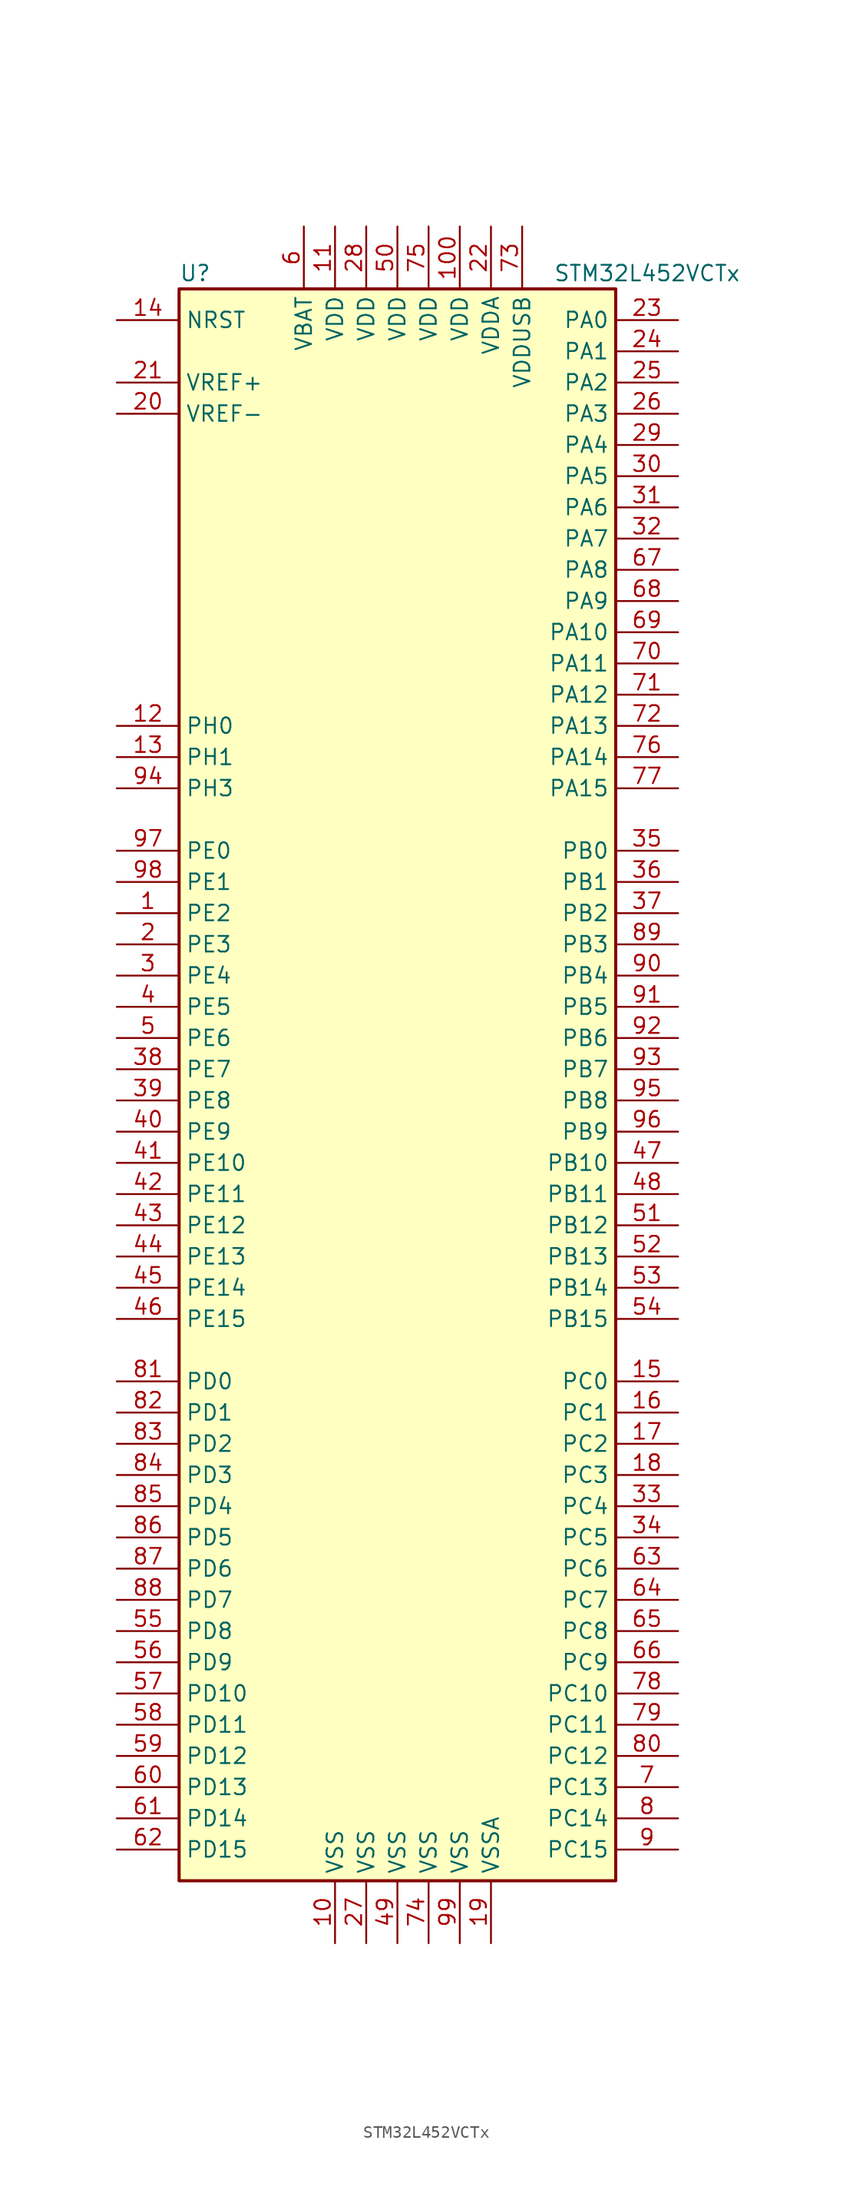
<source format=kicad_sym>
(kicad_symbol_lib
  (version 20220914)
  (generator kicad_symbol_editor)
  (symbol "STM32L452VCTx"
    (property "Reference" "U"
      (at -17.78 64.77 0)
      (effects (font (size 1.27 1.27)) (justify left)))
    (property "Value" "STM32L452VCTx"
      (at 12.7 64.77 0)
      (effects (font (size 1.27 1.27)) (justify left)))
    (symbol "STM32L452VCTx_0_1"
      (rectangle (start -17.78 -66.04) (end 17.78 63.5) (stroke (width 0.254) (type default)) (fill (type background))))
    (symbol "STM32L452VCTx_1_1"
      (pin bidirectional line (at -22.86 12.7 0) (length 5.08) (name "PE2" (effects (font (size 1.27 1.27)))) (number "1" (effects (font (size 1.27 1.27)))))
      (pin power_in line (at -5.08 -71.12 90) (length 5.08) (name "VSS" (effects (font (size 1.27 1.27)))) (number "10" (effects (font (size 1.27 1.27)))))
      (pin power_in line (at 5.08 68.58 270) (length 5.08) (name "VDD" (effects (font (size 1.27 1.27)))) (number "100" (effects (font (size 1.27 1.27)))))
      (pin power_in line (at -5.08 68.58 270) (length 5.08) (name "VDD" (effects (font (size 1.27 1.27)))) (number "11" (effects (font (size 1.27 1.27)))))
      (pin input line (at -22.86 27.94 0) (length 5.08) (name "PH0" (effects (font (size 1.27 1.27)))) (number "12" (effects (font (size 1.27 1.27)))))
      (pin input line (at -22.86 25.4 0) (length 5.08) (name "PH1" (effects (font (size 1.27 1.27)))) (number "13" (effects (font (size 1.27 1.27)))))
      (pin input line (at -22.86 60.96 0) (length 5.08) (name "NRST" (effects (font (size 1.27 1.27)))) (number "14" (effects (font (size 1.27 1.27)))))
      (pin bidirectional line (at 22.86 -25.4 180) (length 5.08) (name "PC0" (effects (font (size 1.27 1.27)))) (number "15" (effects (font (size 1.27 1.27)))))
      (pin bidirectional line (at 22.86 -27.94 180) (length 5.08) (name "PC1" (effects (font (size 1.27 1.27)))) (number "16" (effects (font (size 1.27 1.27)))))
      (pin bidirectional line (at 22.86 -30.48 180) (length 5.08) (name "PC2" (effects (font (size 1.27 1.27)))) (number "17" (effects (font (size 1.27 1.27)))))
      (pin bidirectional line (at 22.86 -33.02 180) (length 5.08) (name "PC3" (effects (font (size 1.27 1.27)))) (number "18" (effects (font (size 1.27 1.27)))))
      (pin power_in line (at 7.62 -71.12 90) (length 5.08) (name "VSSA" (effects (font (size 1.27 1.27)))) (number "19" (effects (font (size 1.27 1.27)))))
      (pin bidirectional line (at -22.86 10.16 0) (length 5.08) (name "PE3" (effects (font (size 1.27 1.27)))) (number "2" (effects (font (size 1.27 1.27)))))
      (pin power_in line (at -22.86 53.34 0) (length 5.08) (name "VREF-" (effects (font (size 1.27 1.27)))) (number "20" (effects (font (size 1.27 1.27)))))
      (pin bidirectional line (at -22.86 55.88 0) (length 5.08) (name "VREF+" (effects (font (size 1.27 1.27)))) (number "21" (effects (font (size 1.27 1.27)))))
      (pin power_in line (at 7.62 68.58 270) (length 5.08) (name "VDDA" (effects (font (size 1.27 1.27)))) (number "22" (effects (font (size 1.27 1.27)))))
      (pin bidirectional line (at 22.86 60.96 180) (length 5.08) (name "PA0" (effects (font (size 1.27 1.27)))) (number "23" (effects (font (size 1.27 1.27)))))
      (pin bidirectional line (at 22.86 58.42 180) (length 5.08) (name "PA1" (effects (font (size 1.27 1.27)))) (number "24" (effects (font (size 1.27 1.27)))))
      (pin bidirectional line (at 22.86 55.88 180) (length 5.08) (name "PA2" (effects (font (size 1.27 1.27)))) (number "25" (effects (font (size 1.27 1.27)))))
      (pin bidirectional line (at 22.86 53.34 180) (length 5.08) (name "PA3" (effects (font (size 1.27 1.27)))) (number "26" (effects (font (size 1.27 1.27)))))
      (pin power_in line (at -2.54 -71.12 90) (length 5.08) (name "VSS" (effects (font (size 1.27 1.27)))) (number "27" (effects (font (size 1.27 1.27)))))
      (pin power_in line (at -2.54 68.58 270) (length 5.08) (name "VDD" (effects (font (size 1.27 1.27)))) (number "28" (effects (font (size 1.27 1.27)))))
      (pin bidirectional line (at 22.86 50.8 180) (length 5.08) (name "PA4" (effects (font (size 1.27 1.27)))) (number "29" (effects (font (size 1.27 1.27)))))
      (pin bidirectional line (at -22.86 7.62 0) (length 5.08) (name "PE4" (effects (font (size 1.27 1.27)))) (number "3" (effects (font (size 1.27 1.27)))))
      (pin bidirectional line (at 22.86 48.26 180) (length 5.08) (name "PA5" (effects (font (size 1.27 1.27)))) (number "30" (effects (font (size 1.27 1.27)))))
      (pin bidirectional line (at 22.86 45.72 180) (length 5.08) (name "PA6" (effects (font (size 1.27 1.27)))) (number "31" (effects (font (size 1.27 1.27)))))
      (pin bidirectional line (at 22.86 43.18 180) (length 5.08) (name "PA7" (effects (font (size 1.27 1.27)))) (number "32" (effects (font (size 1.27 1.27)))))
      (pin bidirectional line (at 22.86 -35.56 180) (length 5.08) (name "PC4" (effects (font (size 1.27 1.27)))) (number "33" (effects (font (size 1.27 1.27)))))
      (pin bidirectional line (at 22.86 -38.1 180) (length 5.08) (name "PC5" (effects (font (size 1.27 1.27)))) (number "34" (effects (font (size 1.27 1.27)))))
      (pin bidirectional line (at 22.86 17.78 180) (length 5.08) (name "PB0" (effects (font (size 1.27 1.27)))) (number "35" (effects (font (size 1.27 1.27)))))
      (pin bidirectional line (at 22.86 15.24 180) (length 5.08) (name "PB1" (effects (font (size 1.27 1.27)))) (number "36" (effects (font (size 1.27 1.27)))))
      (pin bidirectional line (at 22.86 12.7 180) (length 5.08) (name "PB2" (effects (font (size 1.27 1.27)))) (number "37" (effects (font (size 1.27 1.27)))))
      (pin bidirectional line (at -22.86 0 0) (length 5.08) (name "PE7" (effects (font (size 1.27 1.27)))) (number "38" (effects (font (size 1.27 1.27)))))
      (pin bidirectional line (at -22.86 -2.54 0) (length 5.08) (name "PE8" (effects (font (size 1.27 1.27)))) (number "39" (effects (font (size 1.27 1.27)))))
      (pin bidirectional line (at -22.86 5.08 0) (length 5.08) (name "PE5" (effects (font (size 1.27 1.27)))) (number "4" (effects (font (size 1.27 1.27)))))
      (pin bidirectional line (at -22.86 -5.08 0) (length 5.08) (name "PE9" (effects (font (size 1.27 1.27)))) (number "40" (effects (font (size 1.27 1.27)))))
      (pin bidirectional line (at -22.86 -7.62 0) (length 5.08) (name "PE10" (effects (font (size 1.27 1.27)))) (number "41" (effects (font (size 1.27 1.27)))))
      (pin bidirectional line (at -22.86 -10.16 0) (length 5.08) (name "PE11" (effects (font (size 1.27 1.27)))) (number "42" (effects (font (size 1.27 1.27)))))
      (pin bidirectional line (at -22.86 -12.7 0) (length 5.08) (name "PE12" (effects (font (size 1.27 1.27)))) (number "43" (effects (font (size 1.27 1.27)))))
      (pin bidirectional line (at -22.86 -15.24 0) (length 5.08) (name "PE13" (effects (font (size 1.27 1.27)))) (number "44" (effects (font (size 1.27 1.27)))))
      (pin bidirectional line (at -22.86 -17.78 0) (length 5.08) (name "PE14" (effects (font (size 1.27 1.27)))) (number "45" (effects (font (size 1.27 1.27)))))
      (pin bidirectional line (at -22.86 -20.32 0) (length 5.08) (name "PE15" (effects (font (size 1.27 1.27)))) (number "46" (effects (font (size 1.27 1.27)))))
      (pin bidirectional line (at 22.86 -7.62 180) (length 5.08) (name "PB10" (effects (font (size 1.27 1.27)))) (number "47" (effects (font (size 1.27 1.27)))))
      (pin bidirectional line (at 22.86 -10.16 180) (length 5.08) (name "PB11" (effects (font (size 1.27 1.27)))) (number "48" (effects (font (size 1.27 1.27)))))
      (pin power_in line (at 0 -71.12 90) (length 5.08) (name "VSS" (effects (font (size 1.27 1.27)))) (number "49" (effects (font (size 1.27 1.27)))))
      (pin bidirectional line (at -22.86 2.54 0) (length 5.08) (name "PE6" (effects (font (size 1.27 1.27)))) (number "5" (effects (font (size 1.27 1.27)))))
      (pin power_in line (at 0 68.58 270) (length 5.08) (name "VDD" (effects (font (size 1.27 1.27)))) (number "50" (effects (font (size 1.27 1.27)))))
      (pin bidirectional line (at 22.86 -12.7 180) (length 5.08) (name "PB12" (effects (font (size 1.27 1.27)))) (number "51" (effects (font (size 1.27 1.27)))))
      (pin bidirectional line (at 22.86 -15.24 180) (length 5.08) (name "PB13" (effects (font (size 1.27 1.27)))) (number "52" (effects (font (size 1.27 1.27)))))
      (pin bidirectional line (at 22.86 -17.78 180) (length 5.08) (name "PB14" (effects (font (size 1.27 1.27)))) (number "53" (effects (font (size 1.27 1.27)))))
      (pin bidirectional line (at 22.86 -20.32 180) (length 5.08) (name "PB15" (effects (font (size 1.27 1.27)))) (number "54" (effects (font (size 1.27 1.27)))))
      (pin bidirectional line (at -22.86 -45.72 0) (length 5.08) (name "PD8" (effects (font (size 1.27 1.27)))) (number "55" (effects (font (size 1.27 1.27)))))
      (pin bidirectional line (at -22.86 -48.26 0) (length 5.08) (name "PD9" (effects (font (size 1.27 1.27)))) (number "56" (effects (font (size 1.27 1.27)))))
      (pin bidirectional line (at -22.86 -50.8 0) (length 5.08) (name "PD10" (effects (font (size 1.27 1.27)))) (number "57" (effects (font (size 1.27 1.27)))))
      (pin bidirectional line (at -22.86 -53.34 0) (length 5.08) (name "PD11" (effects (font (size 1.27 1.27)))) (number "58" (effects (font (size 1.27 1.27)))))
      (pin bidirectional line (at -22.86 -55.88 0) (length 5.08) (name "PD12" (effects (font (size 1.27 1.27)))) (number "59" (effects (font (size 1.27 1.27)))))
      (pin power_in line (at -7.62 68.58 270) (length 5.08) (name "VBAT" (effects (font (size 1.27 1.27)))) (number "6" (effects (font (size 1.27 1.27)))))
      (pin bidirectional line (at -22.86 -58.42 0) (length 5.08) (name "PD13" (effects (font (size 1.27 1.27)))) (number "60" (effects (font (size 1.27 1.27)))))
      (pin bidirectional line (at -22.86 -60.96 0) (length 5.08) (name "PD14" (effects (font (size 1.27 1.27)))) (number "61" (effects (font (size 1.27 1.27)))))
      (pin bidirectional line (at -22.86 -63.5 0) (length 5.08) (name "PD15" (effects (font (size 1.27 1.27)))) (number "62" (effects (font (size 1.27 1.27)))))
      (pin bidirectional line (at 22.86 -40.64 180) (length 5.08) (name "PC6" (effects (font (size 1.27 1.27)))) (number "63" (effects (font (size 1.27 1.27)))))
      (pin bidirectional line (at 22.86 -43.18 180) (length 5.08) (name "PC7" (effects (font (size 1.27 1.27)))) (number "64" (effects (font (size 1.27 1.27)))))
      (pin bidirectional line (at 22.86 -45.72 180) (length 5.08) (name "PC8" (effects (font (size 1.27 1.27)))) (number "65" (effects (font (size 1.27 1.27)))))
      (pin bidirectional line (at 22.86 -48.26 180) (length 5.08) (name "PC9" (effects (font (size 1.27 1.27)))) (number "66" (effects (font (size 1.27 1.27)))))
      (pin bidirectional line (at 22.86 40.64 180) (length 5.08) (name "PA8" (effects (font (size 1.27 1.27)))) (number "67" (effects (font (size 1.27 1.27)))))
      (pin bidirectional line (at 22.86 38.1 180) (length 5.08) (name "PA9" (effects (font (size 1.27 1.27)))) (number "68" (effects (font (size 1.27 1.27)))))
      (pin bidirectional line (at 22.86 35.56 180) (length 5.08) (name "PA10" (effects (font (size 1.27 1.27)))) (number "69" (effects (font (size 1.27 1.27)))))
      (pin bidirectional line (at 22.86 -58.42 180) (length 5.08) (name "PC13" (effects (font (size 1.27 1.27)))) (number "7" (effects (font (size 1.27 1.27)))))
      (pin bidirectional line (at 22.86 33.02 180) (length 5.08) (name "PA11" (effects (font (size 1.27 1.27)))) (number "70" (effects (font (size 1.27 1.27)))))
      (pin bidirectional line (at 22.86 30.48 180) (length 5.08) (name "PA12" (effects (font (size 1.27 1.27)))) (number "71" (effects (font (size 1.27 1.27)))))
      (pin bidirectional line (at 22.86 27.94 180) (length 5.08) (name "PA13" (effects (font (size 1.27 1.27)))) (number "72" (effects (font (size 1.27 1.27)))))
      (pin power_in line (at 10.16 68.58 270) (length 5.08) (name "VDDUSB" (effects (font (size 1.27 1.27)))) (number "73" (effects (font (size 1.27 1.27)))))
      (pin power_in line (at 2.54 -71.12 90) (length 5.08) (name "VSS" (effects (font (size 1.27 1.27)))) (number "74" (effects (font (size 1.27 1.27)))))
      (pin power_in line (at 2.54 68.58 270) (length 5.08) (name "VDD" (effects (font (size 1.27 1.27)))) (number "75" (effects (font (size 1.27 1.27)))))
      (pin bidirectional line (at 22.86 25.4 180) (length 5.08) (name "PA14" (effects (font (size 1.27 1.27)))) (number "76" (effects (font (size 1.27 1.27)))))
      (pin bidirectional line (at 22.86 22.86 180) (length 5.08) (name "PA15" (effects (font (size 1.27 1.27)))) (number "77" (effects (font (size 1.27 1.27)))))
      (pin bidirectional line (at 22.86 -50.8 180) (length 5.08) (name "PC10" (effects (font (size 1.27 1.27)))) (number "78" (effects (font (size 1.27 1.27)))))
      (pin bidirectional line (at 22.86 -53.34 180) (length 5.08) (name "PC11" (effects (font (size 1.27 1.27)))) (number "79" (effects (font (size 1.27 1.27)))))
      (pin bidirectional line (at 22.86 -60.96 180) (length 5.08) (name "PC14" (effects (font (size 1.27 1.27)))) (number "8" (effects (font (size 1.27 1.27)))))
      (pin bidirectional line (at 22.86 -55.88 180) (length 5.08) (name "PC12" (effects (font (size 1.27 1.27)))) (number "80" (effects (font (size 1.27 1.27)))))
      (pin bidirectional line (at -22.86 -25.4 0) (length 5.08) (name "PD0" (effects (font (size 1.27 1.27)))) (number "81" (effects (font (size 1.27 1.27)))))
      (pin bidirectional line (at -22.86 -27.94 0) (length 5.08) (name "PD1" (effects (font (size 1.27 1.27)))) (number "82" (effects (font (size 1.27 1.27)))))
      (pin bidirectional line (at -22.86 -30.48 0) (length 5.08) (name "PD2" (effects (font (size 1.27 1.27)))) (number "83" (effects (font (size 1.27 1.27)))))
      (pin bidirectional line (at -22.86 -33.02 0) (length 5.08) (name "PD3" (effects (font (size 1.27 1.27)))) (number "84" (effects (font (size 1.27 1.27)))))
      (pin bidirectional line (at -22.86 -35.56 0) (length 5.08) (name "PD4" (effects (font (size 1.27 1.27)))) (number "85" (effects (font (size 1.27 1.27)))))
      (pin bidirectional line (at -22.86 -38.1 0) (length 5.08) (name "PD5" (effects (font (size 1.27 1.27)))) (number "86" (effects (font (size 1.27 1.27)))))
      (pin bidirectional line (at -22.86 -40.64 0) (length 5.08) (name "PD6" (effects (font (size 1.27 1.27)))) (number "87" (effects (font (size 1.27 1.27)))))
      (pin bidirectional line (at -22.86 -43.18 0) (length 5.08) (name "PD7" (effects (font (size 1.27 1.27)))) (number "88" (effects (font (size 1.27 1.27)))))
      (pin bidirectional line (at 22.86 10.16 180) (length 5.08) (name "PB3" (effects (font (size 1.27 1.27)))) (number "89" (effects (font (size 1.27 1.27)))))
      (pin bidirectional line (at 22.86 -63.5 180) (length 5.08) (name "PC15" (effects (font (size 1.27 1.27)))) (number "9" (effects (font (size 1.27 1.27)))))
      (pin bidirectional line (at 22.86 7.62 180) (length 5.08) (name "PB4" (effects (font (size 1.27 1.27)))) (number "90" (effects (font (size 1.27 1.27)))))
      (pin bidirectional line (at 22.86 5.08 180) (length 5.08) (name "PB5" (effects (font (size 1.27 1.27)))) (number "91" (effects (font (size 1.27 1.27)))))
      (pin bidirectional line (at 22.86 2.54 180) (length 5.08) (name "PB6" (effects (font (size 1.27 1.27)))) (number "92" (effects (font (size 1.27 1.27)))))
      (pin bidirectional line (at 22.86 0 180) (length 5.08) (name "PB7" (effects (font (size 1.27 1.27)))) (number "93" (effects (font (size 1.27 1.27)))))
      (pin bidirectional line (at -22.86 22.86 0) (length 5.08) (name "PH3" (effects (font (size 1.27 1.27)))) (number "94" (effects (font (size 1.27 1.27)))))
      (pin bidirectional line (at 22.86 -2.54 180) (length 5.08) (name "PB8" (effects (font (size 1.27 1.27)))) (number "95" (effects (font (size 1.27 1.27)))))
      (pin bidirectional line (at 22.86 -5.08 180) (length 5.08) (name "PB9" (effects (font (size 1.27 1.27)))) (number "96" (effects (font (size 1.27 1.27)))))
      (pin bidirectional line (at -22.86 17.78 0) (length 5.08) (name "PE0" (effects (font (size 1.27 1.27)))) (number "97" (effects (font (size 1.27 1.27)))))
      (pin bidirectional line (at -22.86 15.24 0) (length 5.08) (name "PE1" (effects (font (size 1.27 1.27)))) (number "98" (effects (font (size 1.27 1.27)))))
      (pin power_in line (at 5.08 -71.12 90) (length 5.08) (name "VSS" (effects (font (size 1.27 1.27)))) (number "99" (effects (font (size 1.27 1.27))))))))
</source>
